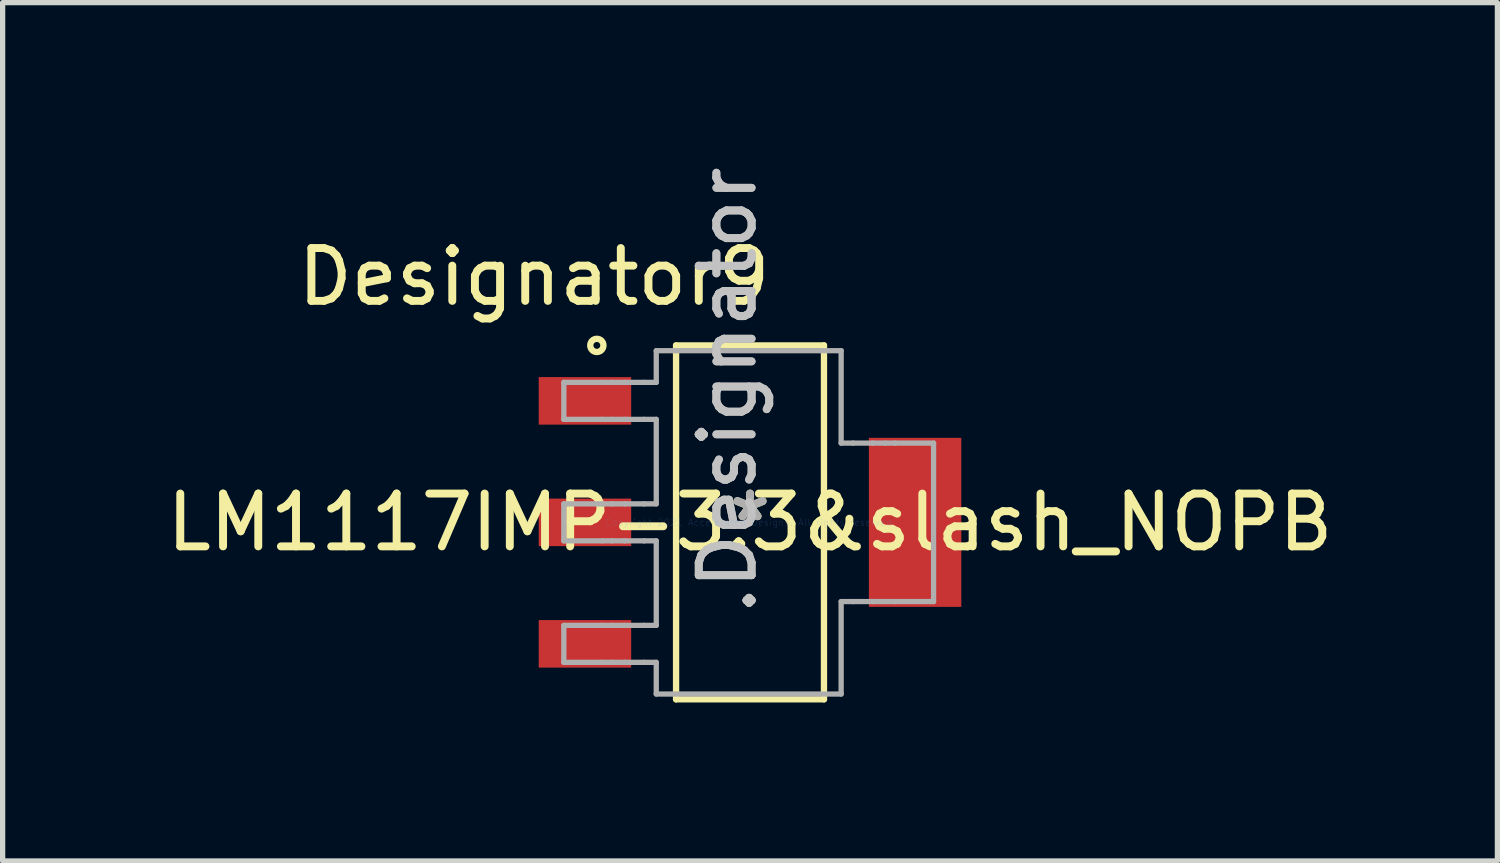
<source format=kicad_pcb>
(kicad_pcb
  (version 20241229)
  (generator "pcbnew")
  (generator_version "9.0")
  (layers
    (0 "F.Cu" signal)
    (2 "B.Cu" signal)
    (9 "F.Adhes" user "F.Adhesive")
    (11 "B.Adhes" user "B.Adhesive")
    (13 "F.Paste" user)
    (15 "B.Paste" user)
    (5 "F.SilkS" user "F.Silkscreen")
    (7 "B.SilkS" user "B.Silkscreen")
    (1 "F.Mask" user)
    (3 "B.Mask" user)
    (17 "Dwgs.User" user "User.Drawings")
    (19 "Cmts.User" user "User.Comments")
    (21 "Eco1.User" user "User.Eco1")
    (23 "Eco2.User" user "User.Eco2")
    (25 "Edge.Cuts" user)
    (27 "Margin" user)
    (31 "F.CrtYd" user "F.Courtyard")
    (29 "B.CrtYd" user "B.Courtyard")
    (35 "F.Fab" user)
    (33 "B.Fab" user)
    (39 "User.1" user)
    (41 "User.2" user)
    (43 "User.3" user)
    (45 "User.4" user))
  (footprint "LM1117IMP-3.3&slash_NOPB"
    (layer "F.Cu")
    (at 11.149 6.839)
    (property "Reference" "LM1117IMP-3.3&slash_NOPB" (at 0 0 0) (layer "F.SilkS") (effects (font (size 1 1) (thickness 0.15))))
    (attr through_hole)
    (fp_line (start -1.4 -3.35) (end 1.4 -3.35) (stroke (width 0.12) (type solid)) (layer "F.SilkS"))
    (fp_line (start -1.4 3.35) (end -1.4 -3.35) (stroke (width 0.12) (type solid)) (layer "F.SilkS"))
    (fp_line (start -1.4 3.35) (end 1.4 3.35) (stroke (width 0.12) (type solid)) (layer "F.SilkS"))
    (fp_line (start 1.4 3.35) (end 1.4 -3.35) (stroke (width 0.12) (type solid)) (layer "F.SilkS"))
    (fp_circle (center -2.9 -3.35) (end -2.775 -3.35) (stroke (width 0.12) (type solid)) (fill no) (layer "F.SilkS"))
    (fp_line (start -3.525 -2.65) (end -2.797 -2.65) (stroke (width 0.1) (type solid)) (layer "F.Fab"))
    (fp_line (start -3.525 -1.95) (end -3.525 -2.65) (stroke (width 0.1) (type solid)) (layer "F.Fab"))
    (fp_line (start -3.525 -1.95) (end -2.797 -1.95) (stroke (width 0.1) (type solid)) (layer "F.Fab"))
    (fp_line (start -3.525 -0.35) (end -2.797 -0.35) (stroke (width 0.1) (type solid)) (layer "F.Fab"))
    (fp_line (start -3.525 0.35) (end -3.525 -0.35) (stroke (width 0.1) (type solid)) (layer "F.Fab"))
    (fp_line (start -3.525 0.35) (end -2.797 0.35) (stroke (width 0.1) (type solid)) (layer "F.Fab"))
    (fp_line (start -3.525 1.95) (end -2.797 1.95) (stroke (width 0.1) (type solid)) (layer "F.Fab"))
    (fp_line (start -3.525 2.65) (end -3.525 1.95) (stroke (width 0.1) (type solid)) (layer "F.Fab"))
    (fp_line (start -3.525 2.65) (end -2.797 2.65) (stroke (width 0.1) (type solid)) (layer "F.Fab"))
    (fp_line (start -2.797 -2.65) (end -2.612 -2.65) (stroke (width 0.1) (type solid)) (layer "F.Fab"))
    (fp_line (start -2.797 -1.95) (end -2.612 -1.95) (stroke (width 0.1) (type solid)) (layer "F.Fab"))
    (fp_line (start -2.797 -0.35) (end -2.612 -0.35) (stroke (width 0.1) (type solid)) (layer "F.Fab"))
    (fp_line (start -2.797 0.35) (end -2.612 0.35) (stroke (width 0.1) (type solid)) (layer "F.Fab"))
    (fp_line (start -2.797 1.95) (end -2.612 1.95) (stroke (width 0.1) (type solid)) (layer "F.Fab"))
    (fp_line (start -2.797 2.65) (end -2.612 2.65) (stroke (width 0.1) (type solid)) (layer "F.Fab"))
    (fp_line (start -2.612 -2.65) (end -2.374 -2.65) (stroke (width 0.1) (type solid)) (layer "F.Fab"))
    (fp_line (start -2.612 -1.95) (end -2.374 -1.95) (stroke (width 0.1) (type solid)) (layer "F.Fab"))
    (fp_line (start -2.612 -0.35) (end -2.374 -0.35) (stroke (width 0.1) (type solid)) (layer "F.Fab"))
    (fp_line (start -2.612 0.35) (end -2.374 0.35) (stroke (width 0.1) (type solid)) (layer "F.Fab"))
    (fp_line (start -2.612 1.95) (end -2.374 1.95) (stroke (width 0.1) (type solid)) (layer "F.Fab"))
    (fp_line (start -2.612 2.65) (end -2.374 2.65) (stroke (width 0.1) (type solid)) (layer "F.Fab"))
    (fp_line (start -2.374 -2.65) (end -2.003 -2.65) (stroke (width 0.1) (type solid)) (layer "F.Fab"))
    (fp_line (start -2.374 -1.95) (end -2.003 -1.95) (stroke (width 0.1) (type solid)) (layer "F.Fab"))
    (fp_line (start -2.374 -0.35) (end -2.003 -0.35) (stroke (width 0.1) (type solid)) (layer "F.Fab"))
    (fp_line (start -2.374 0.35) (end -2.003 0.35) (stroke (width 0.1) (type solid)) (layer "F.Fab"))
    (fp_line (start -2.374 1.95) (end -2.003 1.95) (stroke (width 0.1) (type solid)) (layer "F.Fab"))
    (fp_line (start -2.374 2.65) (end -2.003 2.65) (stroke (width 0.1) (type solid)) (layer "F.Fab"))
    (fp_line (start -2.003 -2.65) (end -1.775 -2.65) (stroke (width 0.1) (type solid)) (layer "F.Fab"))
    (fp_line (start -2.003 -1.95) (end -1.775 -1.95) (stroke (width 0.1) (type solid)) (layer "F.Fab"))
    (fp_line (start -2.003 -0.35) (end -1.775 -0.35) (stroke (width 0.1) (type solid)) (layer "F.Fab"))
    (fp_line (start -2.003 0.35) (end -1.775 0.35) (stroke (width 0.1) (type solid)) (layer "F.Fab"))
    (fp_line (start -2.003 1.95) (end -1.775 1.95) (stroke (width 0.1) (type solid)) (layer "F.Fab"))
    (fp_line (start -2.003 2.65) (end -1.775 2.65) (stroke (width 0.1) (type solid)) (layer "F.Fab"))
    (fp_line (start -1.775 -3.25) (end 1.725 -3.25) (stroke (width 0.1) (type solid)) (layer "F.Fab"))
    (fp_line (start -1.775 -2.65) (end -1.775 -3.25) (stroke (width 0.1) (type solid)) (layer "F.Fab"))
    (fp_line (start -1.775 -0.35) (end -1.775 -1.95) (stroke (width 0.1) (type solid)) (layer "F.Fab"))
    (fp_line (start -1.775 1.95) (end -1.775 0.35) (stroke (width 0.1) (type solid)) (layer "F.Fab"))
    (fp_line (start -1.775 3.25) (end -1.775 2.65) (stroke (width 0.1) (type solid)) (layer "F.Fab"))
    (fp_line (start -1.775 3.25) (end 1.725 3.25) (stroke (width 0.1) (type solid)) (layer "F.Fab"))
    (fp_line (start 1.725 -1.5) (end 1.725 -3.25) (stroke (width 0.1) (type solid)) (layer "F.Fab"))
    (fp_line (start 1.725 -1.5) (end 1.953 -1.5) (stroke (width 0.1) (type solid)) (layer "F.Fab"))
    (fp_line (start 1.725 1.5) (end 1.953 1.5) (stroke (width 0.1) (type solid)) (layer "F.Fab"))
    (fp_line (start 1.725 3.25) (end 1.725 1.5) (stroke (width 0.1) (type solid)) (layer "F.Fab"))
    (fp_line (start 1.953 -1.5) (end 2.324 -1.5) (stroke (width 0.1) (type solid)) (layer "F.Fab"))
    (fp_line (start 1.953 1.5) (end 2.324 1.5) (stroke (width 0.1) (type solid)) (layer "F.Fab"))
    (fp_line (start 2.324 -1.5) (end 2.562 -1.5) (stroke (width 0.1) (type solid)) (layer "F.Fab"))
    (fp_line (start 2.324 1.5) (end 2.562 1.5) (stroke (width 0.1) (type solid)) (layer "F.Fab"))
    (fp_line (start 2.562 -1.5) (end 2.747 -1.5) (stroke (width 0.1) (type solid)) (layer "F.Fab"))
    (fp_line (start 2.562 1.5) (end 2.747 1.5) (stroke (width 0.1) (type solid)) (layer "F.Fab"))
    (fp_line (start 2.747 -1.5) (end 3.475 -1.5) (stroke (width 0.1) (type solid)) (layer "F.Fab"))
    (fp_line (start 2.747 1.5) (end 3.475 1.5) (stroke (width 0.1) (type solid)) (layer "F.Fab"))
    (fp_line (start 3.475 1.5) (end 3.475 -1.5) (stroke (width 0.1) (type solid)) (layer "F.Fab"))
    (fp_text user "*" (at 0 0 0) (layer "F.SilkS") (effects (font (size 1 1) (thickness 0.15))))
    (fp_text user "Designator9" (at -4.089 -4.648 0) (layer "F.SilkS") (effects (font (size 1 1) (thickness 0.15))))
    (fp_text user ".Designator" (at -0.425 -2.5 270) (layer "Dwgs.User") (effects (font (size 1 1) (thickness 0.15))))
    (fp_text user "Copyright 2021 Accelerated Designs. All rights reserved." (at 0 0 0) (layer "Cmts.User") (effects (font (size 0.127 0.127) (thickness 0.002))))
    (fp_text user ".Designator" (at -0.425 -2.5 270) (layer "F.Fab") (effects (font (size 1 1) (thickness 0.15))))
    (fp_text user "*" (at 0 0 0) (layer "F.Fab") (effects (font (size 1 1) (thickness 0.15))))
    (pad "1" smd rect (at -3.125 -2.3 90) (size 0.9 1.75) (layers "F.Cu" "F.Mask" "F.Paste"))
    (pad "2" smd rect (at -3.125 0 90) (size 0.9 1.75) (layers "F.Cu" "F.Mask" "F.Paste"))
    (pad "3" smd rect (at -3.125 2.3 90) (size 0.9 1.75) (layers "F.Cu" "F.Mask" "F.Paste"))
    (pad "4" smd rect (at 3.125 0 90) (size 3.2 1.75) (layers "F.Cu" "F.Mask" "F.Paste")))
  (gr_rect
    (start -3 -3)
    (end 25.298 13.249)
    (stroke (width 0.1) (type default))
    (fill no)
    (layer "Edge.Cuts")))
</source>
